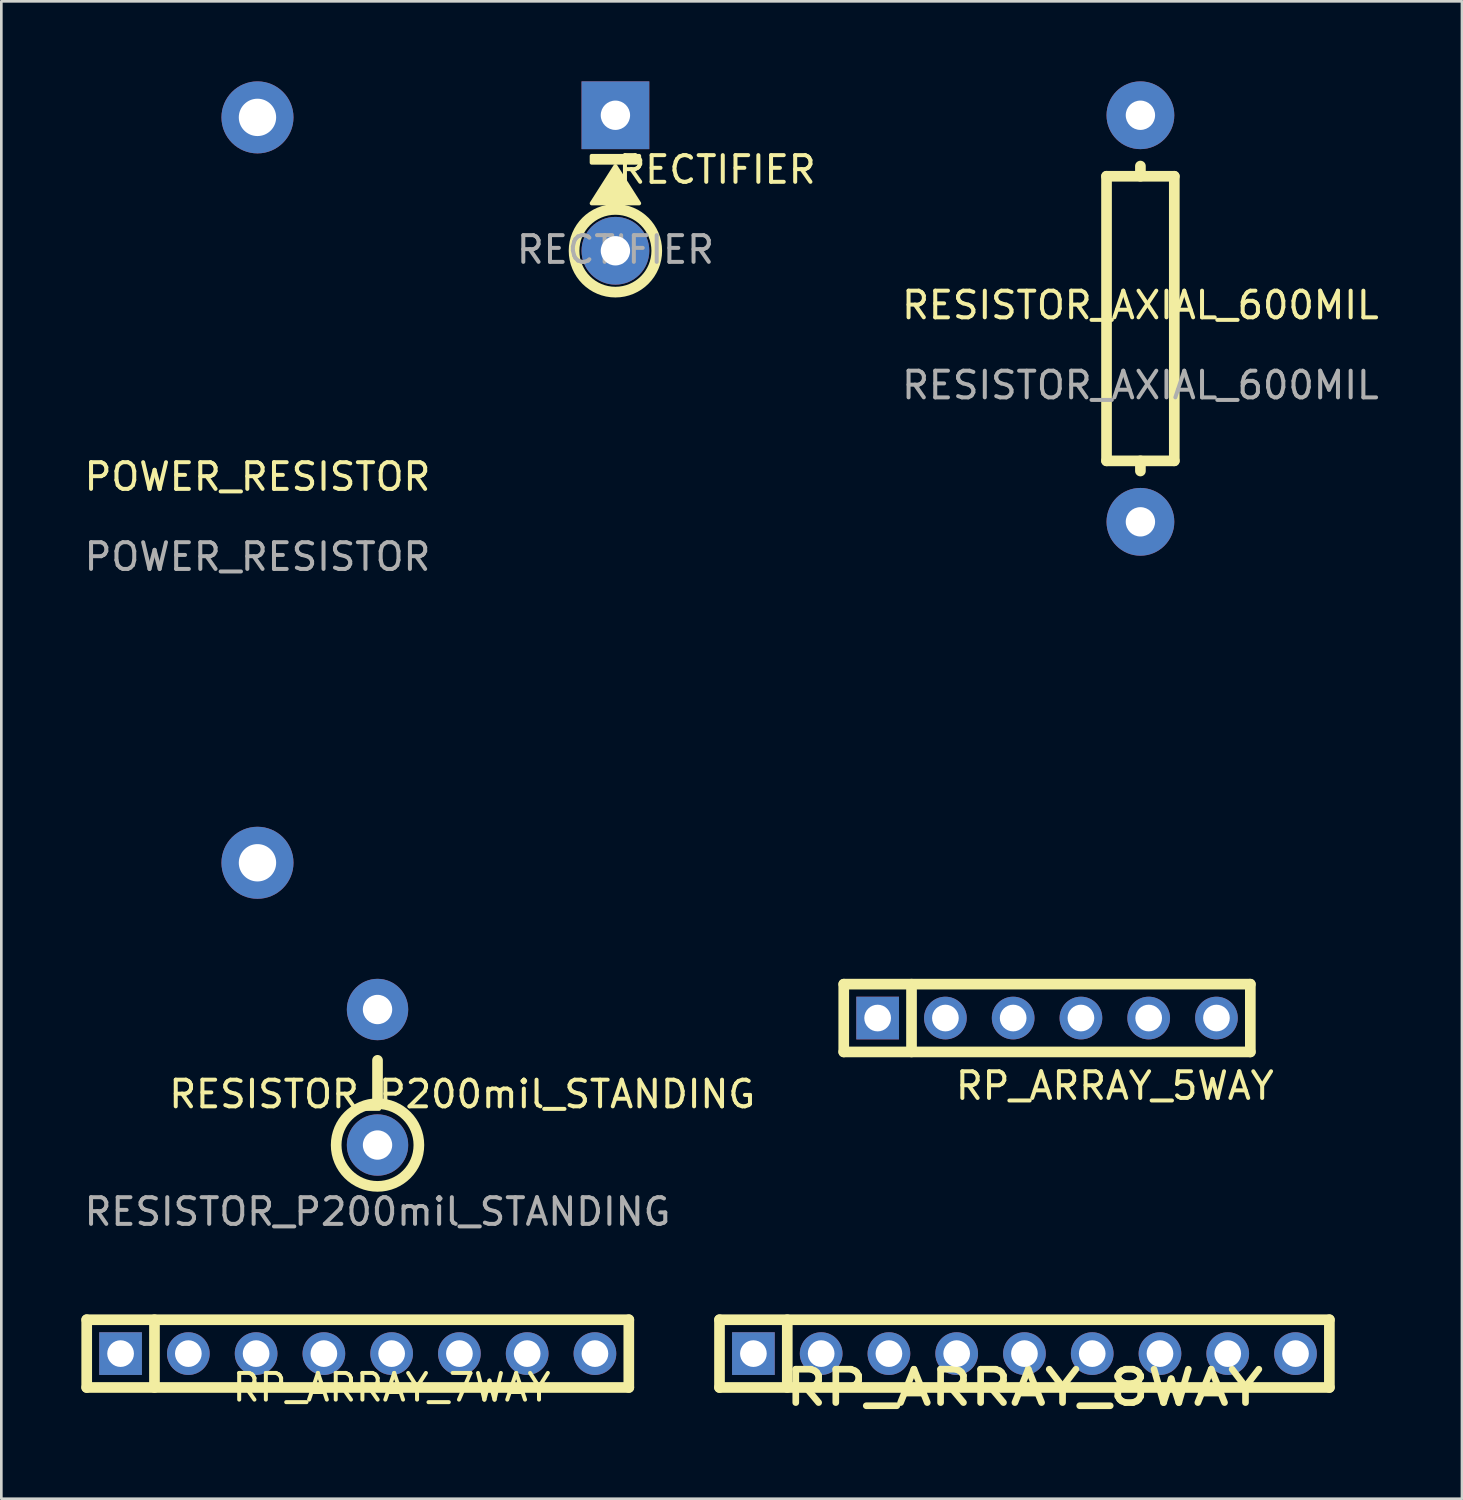
<source format=kicad_pcb>
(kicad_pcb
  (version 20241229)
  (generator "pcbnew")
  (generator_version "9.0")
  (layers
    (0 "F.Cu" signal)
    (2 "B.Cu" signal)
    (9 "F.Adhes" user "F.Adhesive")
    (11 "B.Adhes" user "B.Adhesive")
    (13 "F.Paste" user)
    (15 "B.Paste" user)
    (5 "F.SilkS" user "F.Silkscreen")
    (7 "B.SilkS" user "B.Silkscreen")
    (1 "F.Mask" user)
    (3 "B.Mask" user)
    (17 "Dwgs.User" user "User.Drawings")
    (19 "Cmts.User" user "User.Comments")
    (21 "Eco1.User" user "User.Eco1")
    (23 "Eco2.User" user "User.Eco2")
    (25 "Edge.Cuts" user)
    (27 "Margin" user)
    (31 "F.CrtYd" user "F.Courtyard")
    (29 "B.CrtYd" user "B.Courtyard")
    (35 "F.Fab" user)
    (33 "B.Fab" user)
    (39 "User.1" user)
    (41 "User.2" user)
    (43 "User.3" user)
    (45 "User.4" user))
  (footprint "RESISTOR_AXIAL_600MIL"
    (layer "F.Cu")
    (at 39.697 8.89)
    (property "Reference" "RESISTOR_AXIAL_600MIL" (at 0 -0.5 0) (unlocked yes) (layer "F.SilkS") (effects (font (size 1 1) (thickness 0.15))))
    (attr through_hole)
    (fp_line (start -1.27 -5.334) (end 1.27 -5.334) (stroke (width 0.4) (type default)) (layer "F.SilkS"))
    (fp_line (start -1.27 5.334) (end -1.27 -5.334) (stroke (width 0.4) (type default)) (layer "F.SilkS"))
    (fp_line (start 0 -5.334) (end 0 -5.715) (stroke (width 0.4) (type default)) (layer "F.SilkS"))
    (fp_line (start 0 5.715) (end 0 5.334) (stroke (width 0.4) (type default)) (layer "F.SilkS"))
    (fp_line (start 1.27 -5.334) (end 1.27 5.334) (stroke (width 0.4) (type default)) (layer "F.SilkS"))
    (fp_line (start 1.27 5.334) (end -1.27 5.334) (stroke (width 0.4) (type default)) (layer "F.SilkS"))
    (fp_text user "${REFERENCE}" (at 0 2.5 0) (unlocked yes) (layer "F.Fab") (effects (font (size 1 1) (thickness 0.15))))
    (pad "1" thru_hole circle (at 0 -7.62) (size 2.54 2.54) (drill 1.1) (layers "*.Cu" "*.Mask"))
    (pad "2" thru_hole circle (at 0 7.62) (size 2.54 2.54) (drill 1.1) (layers "*.Cu" "*.Mask")))
  (footprint "RP_ARRAY_7WAY"
    (layer "F.Cu")
    (at 1.47 47.688)
    (property "Reference" "RP_ARRAY_7WAY" (at 10.16 1.27 0) (layer "F.SilkS") (effects (font (size 1 1) (thickness 0.15))))
    (attr through_hole)
    (fp_line (start -1.27 -1.27) (end -1.27 1.27) (stroke (width 0.4) (type solid)) (layer "F.SilkS"))
    (fp_line (start -1.27 -1.27) (end 19.05 -1.27) (stroke (width 0.4) (type solid)) (layer "F.SilkS"))
    (fp_line (start -1.27 1.27) (end 19.05 1.27) (stroke (width 0.4) (type solid)) (layer "F.SilkS"))
    (fp_line (start 1.27 -1.27) (end 1.27 1.27) (stroke (width 0.4) (type default)) (layer "F.SilkS"))
    (fp_line (start 19.05 -1.27) (end 19.05 1.27) (stroke (width 0.4) (type solid)) (layer "F.SilkS"))
    (pad "1" thru_hole rect (at 0 0) (size 1.6 1.6) (drill 1) (layers "*.Cu" "*.Mask"))
    (pad "2" thru_hole circle (at 2.54 0) (size 1.6 1.6) (drill 1) (layers "*.Cu" "*.Mask"))
    (pad "3" thru_hole circle (at 5.08 0) (size 1.6 1.6) (drill 1) (layers "*.Cu" "*.Mask"))
    (pad "4" thru_hole circle (at 7.62 0) (size 1.6 1.6) (drill 1) (layers "*.Cu" "*.Mask"))
    (pad "5" thru_hole circle (at 10.16 0) (size 1.6 1.6) (drill 1) (layers "*.Cu" "*.Mask"))
    (pad "6" thru_hole circle (at 12.7 0) (size 1.6 1.6) (drill 1) (layers "*.Cu" "*.Mask"))
    (pad "7" thru_hole circle (at 15.24 0) (size 1.6 1.6) (drill 1) (layers "*.Cu" "*.Mask"))
    (pad "8" thru_hole circle (at 17.78 0) (size 1.6 1.6) (drill 1) (layers "*.Cu" "*.Mask")))
  (footprint "POWER_RESISTOR"
    (layer "F.Cu")
    (at 6.601 15.32)
    (property "Reference" "POWER_RESISTOR" (at 0 -0.5 0) (unlocked yes) (layer "F.SilkS") (effects (font (size 1 1) (thickness 0.15))))
    (attr through_hole)
    (fp_text user "${REFERENCE}" (at 0 2.5 0) (unlocked yes) (layer "F.Fab") (effects (font (size 1 1) (thickness 0.15))))
    (pad "1" thru_hole circle (at 0 -13.97) (size 2.7 2.7) (drill 1.4) (layers "*.Cu" "*.Mask"))
    (pad "2" thru_hole circle (at 0 13.97) (size 2.7 2.7) (drill 1.4) (layers "*.Cu" "*.Mask")))
  (footprint "RECTIFIER"
    (layer "F.Cu")
    (at 20.018 3.81)
    (property "Reference" "RECTIFIER" (at 3.81 -0.5 0) (unlocked yes) (layer "F.SilkS") (effects (font (size 1 1) (thickness 0.15))))
    (attr through_hole)
    (fp_circle (center 0 2.54) (end 1.55 2.54) (stroke (width 0.4) (type default)) (fill no) (layer "F.SilkS"))
    (fp_poly (pts (xy -0.889 0.762) (xy 0.889 0.762) (xy 0 -0.635)) (stroke (width 0.15) (type solid)) (fill yes) (layer "F.SilkS"))
    (fp_poly (pts (xy -0.635 -0.762) (xy 0.889 -0.762) (xy 0.889 -1.016) (xy -0.889 -1.016) (xy -0.889 -0.762)) (stroke (width 0.15) (type solid)) (fill yes) (layer "F.SilkS"))
    (fp_text user "${REFERENCE}" (at 0 2.5 0) (unlocked yes) (layer "F.Fab") (effects (font (size 1 1) (thickness 0.15))))
    (pad "1" thru_hole rect (at 0 -2.54) (size 2.54 2.54) (drill 1.1) (layers "*.Cu" "*.Mask"))
    (pad "2" thru_hole circle (at 0 2.54) (size 2.54 2.54) (drill 1.1) (layers "*.Cu" "*.Mask")))
  (footprint "RESISTOR_P200mil_STANDING"
    (layer "F.Cu")
    (at 11.101 39.87)
    (property "Reference" "RESISTOR_P200mil_STANDING" (at 3.175 -1.905 0) (unlocked yes) (layer "F.SilkS") (effects (font (size 1 1) (thickness 0.15))))
    (attr through_hole)
    (fp_line (start 0 -1.55) (end 0 -3.175) (stroke (width 0.4) (type default)) (layer "F.SilkS"))
    (fp_circle (center 0 0) (end 1.55 0) (stroke (width 0.4) (type default)) (fill no) (layer "F.SilkS"))
    (fp_text user "${REFERENCE}" (at 0 2.5 0) (unlocked yes) (layer "F.Fab") (effects (font (size 1 1) (thickness 0.15))))
    (pad "1" thru_hole circle (at 0 -5.08) (size 2.3 2.3) (drill 1.1) (layers "*.Cu" "*.Mask"))
    (pad "2" thru_hole circle (at 0 0) (size 2.3 2.3) (drill 1.1) (layers "*.Cu" "*.Mask")))
  (footprint "RP_ARRAY_8WAY"
    (layer "F.Cu")
    (at 25.19 47.688)
    (property "Reference" "RP_ARRAY_8WAY" (at 10.16 1.27 0) (layer "F.SilkS") (effects (font (size 1.25 1.5) (thickness 0.25) (bold yes))))
    (attr through_hole)
    (fp_line (start -1.27 -1.27) (end -1.27 1.27) (stroke (width 0.4) (type solid)) (layer "F.SilkS"))
    (fp_line (start -1.27 -1.27) (end 21.59 -1.27) (stroke (width 0.4) (type solid)) (layer "F.SilkS"))
    (fp_line (start -1.27 1.27) (end 21.59 1.27) (stroke (width 0.4) (type solid)) (layer "F.SilkS"))
    (fp_line (start 1.27 -1.27) (end 1.27 1.27) (stroke (width 0.4) (type default)) (layer "F.SilkS"))
    (fp_line (start 21.59 -1.27) (end 21.59 1.27) (stroke (width 0.4) (type solid)) (layer "F.SilkS"))
    (pad "1" thru_hole rect (at 0 0) (size 1.6 1.6) (drill 1) (layers "*.Cu" "*.Mask"))
    (pad "2" thru_hole circle (at 2.54 0) (size 1.6 1.6) (drill 1) (layers "*.Cu" "*.Mask"))
    (pad "3" thru_hole circle (at 5.08 0) (size 1.6 1.6) (drill 1) (layers "*.Cu" "*.Mask"))
    (pad "4" thru_hole circle (at 7.62 0) (size 1.6 1.6) (drill 1) (layers "*.Cu" "*.Mask"))
    (pad "5" thru_hole circle (at 10.16 0) (size 1.6 1.6) (drill 1) (layers "*.Cu" "*.Mask"))
    (pad "6" thru_hole circle (at 12.7 0) (size 1.6 1.6) (drill 1) (layers "*.Cu" "*.Mask"))
    (pad "7" thru_hole circle (at 15.24 0) (size 1.6 1.6) (drill 1) (layers "*.Cu" "*.Mask"))
    (pad "8" thru_hole circle (at 17.78 0) (size 1.6 1.6) (drill 1) (layers "*.Cu" "*.Mask"))
    (pad "9" thru_hole circle (at 20.32 0) (size 1.6 1.6) (drill 1) (layers "*.Cu" "*.Mask")))
  (footprint "RP_ARRAY_5WAY"
    (layer "F.Cu")
    (at 29.847 35.11)
    (property "Reference" "RP_ARRAY_5WAY" (at 8.89 2.54 0) (layer "F.SilkS") (effects (font (size 1 1) (thickness 0.15))))
    (attr through_hole)
    (fp_line (start -1.27 -1.27) (end -1.27 1.27) (stroke (width 0.4) (type solid)) (layer "F.SilkS"))
    (fp_line (start -1.27 -1.27) (end 13.97 -1.27) (stroke (width 0.4) (type solid)) (layer "F.SilkS"))
    (fp_line (start -1.27 1.27) (end 13.97 1.27) (stroke (width 0.4) (type solid)) (layer "F.SilkS"))
    (fp_line (start 1.27 -1.27) (end 1.27 1.27) (stroke (width 0.4) (type default)) (layer "F.SilkS"))
    (fp_line (start 13.97 -1.27) (end 13.97 1.27) (stroke (width 0.4) (type solid)) (layer "F.SilkS"))
    (pad "1" thru_hole rect (at 0 0) (size 1.6 1.6) (drill 1) (layers "*.Cu" "*.Mask"))
    (pad "2" thru_hole circle (at 2.54 0) (size 1.6 1.6) (drill 1) (layers "*.Cu" "*.Mask"))
    (pad "3" thru_hole circle (at 5.08 0) (size 1.6 1.6) (drill 1) (layers "*.Cu" "*.Mask"))
    (pad "4" thru_hole circle (at 7.62 0) (size 1.6 1.6) (drill 1) (layers "*.Cu" "*.Mask"))
    (pad "5" thru_hole circle (at 10.16 0) (size 1.6 1.6) (drill 1) (layers "*.Cu" "*.Mask"))
    (pad "6" thru_hole circle (at 12.7 0) (size 1.6 1.6) (drill 1) (layers "*.Cu" "*.Mask")))
  (gr_rect
    (start -3 -3)
    (end 51.75 53.128)
    (stroke (width 0.1) (type default))
    (fill no)
    (layer "Edge.Cuts")))
</source>
